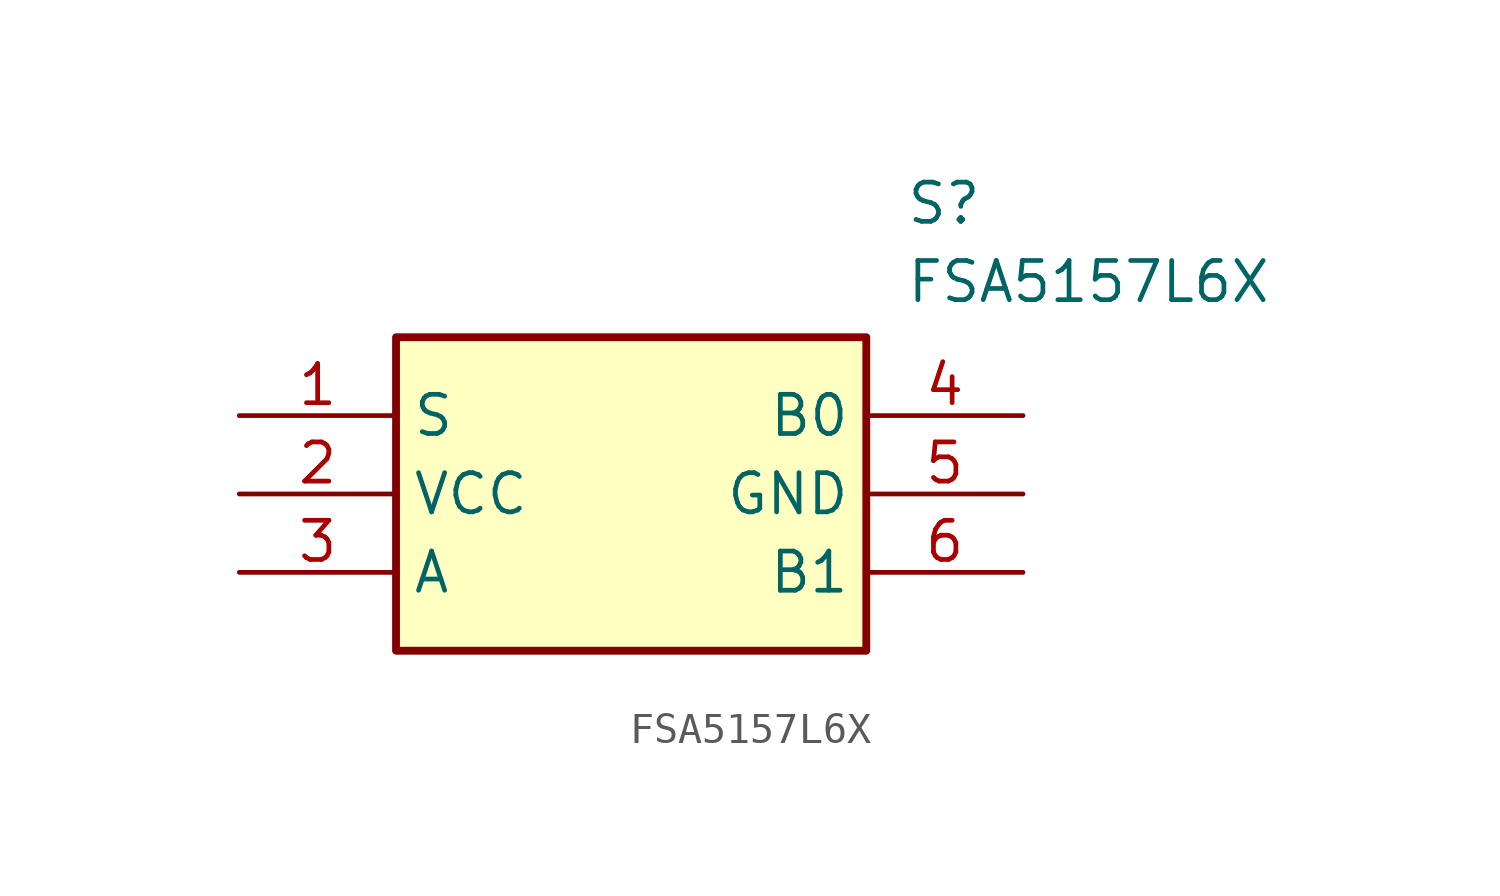
<source format=kicad_sym>
(kicad_symbol_lib
  (version 20241209)
  (generator "kicad_symbol_editor")
  (generator_version "9.0")
  (symbol "FSA5157L6X"
    (property "Reference" "S"
      (at 21.59 7.62 0)
      (effects (font (size 1.27 1.27)) (justify left top)))
    (property "Value" "FSA5157L6X"
      (at 21.59 5.08 0)
      (effects (font (size 1.27 1.27)) (justify left top)))
    (symbol "FSA5157L6X_1_1"
      (rectangle (start 5.08 2.54) (end 20.32 -7.62) (stroke (width 0.254) (type default)) (fill (type background)))
      (pin passive line (at 0 0 0) (length 5.08) (name "S" (effects (font (size 1.27 1.27)))) (number "1" (effects (font (size 1.27 1.27)))))
      (pin passive line (at 0 -2.54 0) (length 5.08) (name "VCC" (effects (font (size 1.27 1.27)))) (number "2" (effects (font (size 1.27 1.27)))))
      (pin passive line (at 0 -5.08 0) (length 5.08) (name "A" (effects (font (size 1.27 1.27)))) (number "3" (effects (font (size 1.27 1.27)))))
      (pin passive line (at 25.4 0 180) (length 5.08) (name "B0" (effects (font (size 1.27 1.27)))) (number "4" (effects (font (size 1.27 1.27)))))
      (pin passive line (at 25.4 -2.54 180) (length 5.08) (name "GND" (effects (font (size 1.27 1.27)))) (number "5" (effects (font (size 1.27 1.27)))))
      (pin passive line (at 25.4 -5.08 180) (length 5.08) (name "B1" (effects (font (size 1.27 1.27)))) (number "6" (effects (font (size 1.27 1.27))))))))
</source>
